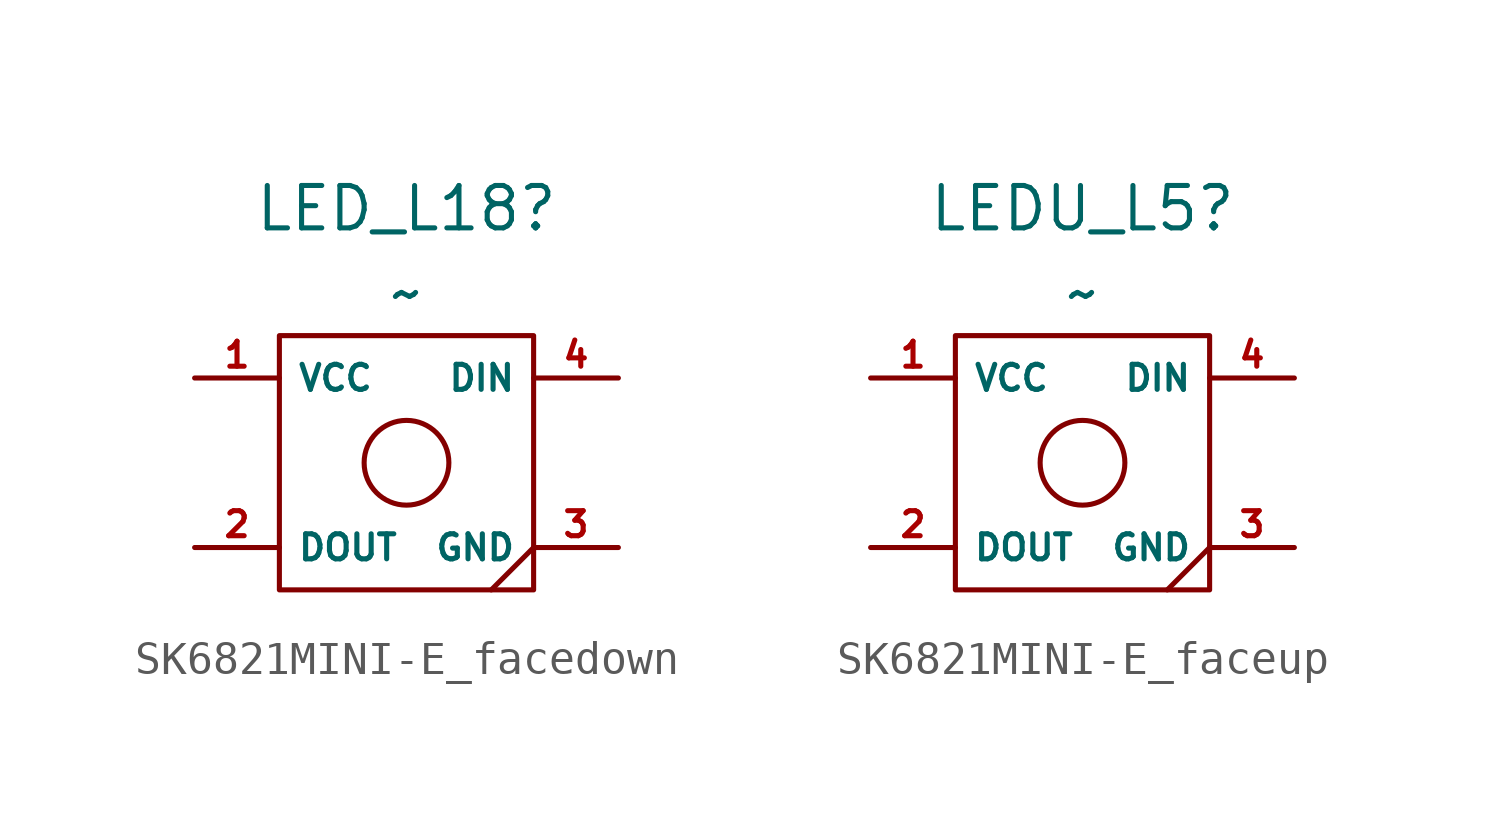
<source format=kicad_sym>
(kicad_symbol_lib
  (version 20231120)
  (generator "kicad_symbol_editor")
  (generator_version "8.0")
  (symbol "SK6821MINI-E_facedown"
    (property "Reference" "LED_L18"
      (at 0 7.62 0)
      (effects (font (size 1.27 1.27))))
    (property "Value" "~"
      (at 0 5.08 0)
      (effects (font (size 1.27 1.27))))
    (symbol "SK6821MINI-E_facedown_0_1"
      (rectangle (start -3.81 3.81) (end 3.81 -3.81) (stroke (width 0) (type default)) (fill (type none)))
      (polyline (pts (xy 3.81 -2.54) (xy 2.54 -3.81)) (stroke (width 0) (type default)) (fill (type none)))
      (circle (center 0 0) (radius 1.27) (stroke (width 0) (type default)) (fill (type none))))
    (symbol "SK6821MINI-E_facedown_1_1"
      (pin power_in line (at -6.35 2.54 0) (length 2.54) (name "VCC" (effects (font (size 0.75 0.75)))) (number "1" (effects (font (size 0.75 0.75)))))
      (pin input line (at -6.35 -2.54 0) (length 2.54) (name "DOUT" (effects (font (size 0.75 0.75)))) (number "2" (effects (font (size 0.75 0.75)))))
      (pin power_out line (at 6.35 -2.54 180) (length 2.54) (name "GND" (effects (font (size 0.75 0.75)))) (number "3" (effects (font (size 0.75 0.75)))))
      (pin input line (at 6.35 2.54 180) (length 2.54) (name "DIN" (effects (font (size 0.75 0.75)))) (number "4" (effects (font (size 0.75 0.75)))))))
  (symbol "SK6821MINI-E_faceup"
    (property "Reference" "LEDU_L5"
      (at 0 7.62 0)
      (effects (font (size 1.27 1.27))))
    (property "Value" "~"
      (at 0 5.08 0)
      (effects (font (size 1.27 1.27))))
    (symbol "SK6821MINI-E_faceup_0_1"
      (rectangle (start -3.81 3.81) (end 3.81 -3.81) (stroke (width 0) (type default)) (fill (type none)))
      (polyline (pts (xy 3.81 -2.54) (xy 2.54 -3.81)) (stroke (width 0) (type default)) (fill (type none)))
      (circle (center 0 0) (radius 1.27) (stroke (width 0) (type default)) (fill (type none))))
    (symbol "SK6821MINI-E_faceup_1_1"
      (pin power_in line (at -6.35 2.54 0) (length 2.54) (name "VCC" (effects (font (size 0.75 0.75)))) (number "1" (effects (font (size 0.75 0.75)))))
      (pin input line (at -6.35 -2.54 0) (length 2.54) (name "DOUT" (effects (font (size 0.75 0.75)))) (number "2" (effects (font (size 0.75 0.75)))))
      (pin power_out line (at 6.35 -2.54 180) (length 2.54) (name "GND" (effects (font (size 0.75 0.75)))) (number "3" (effects (font (size 0.75 0.75)))))
      (pin input line (at 6.35 2.54 180) (length 2.54) (name "DIN" (effects (font (size 0.75 0.75)))) (number "4" (effects (font (size 0.75 0.75))))))))
</source>
